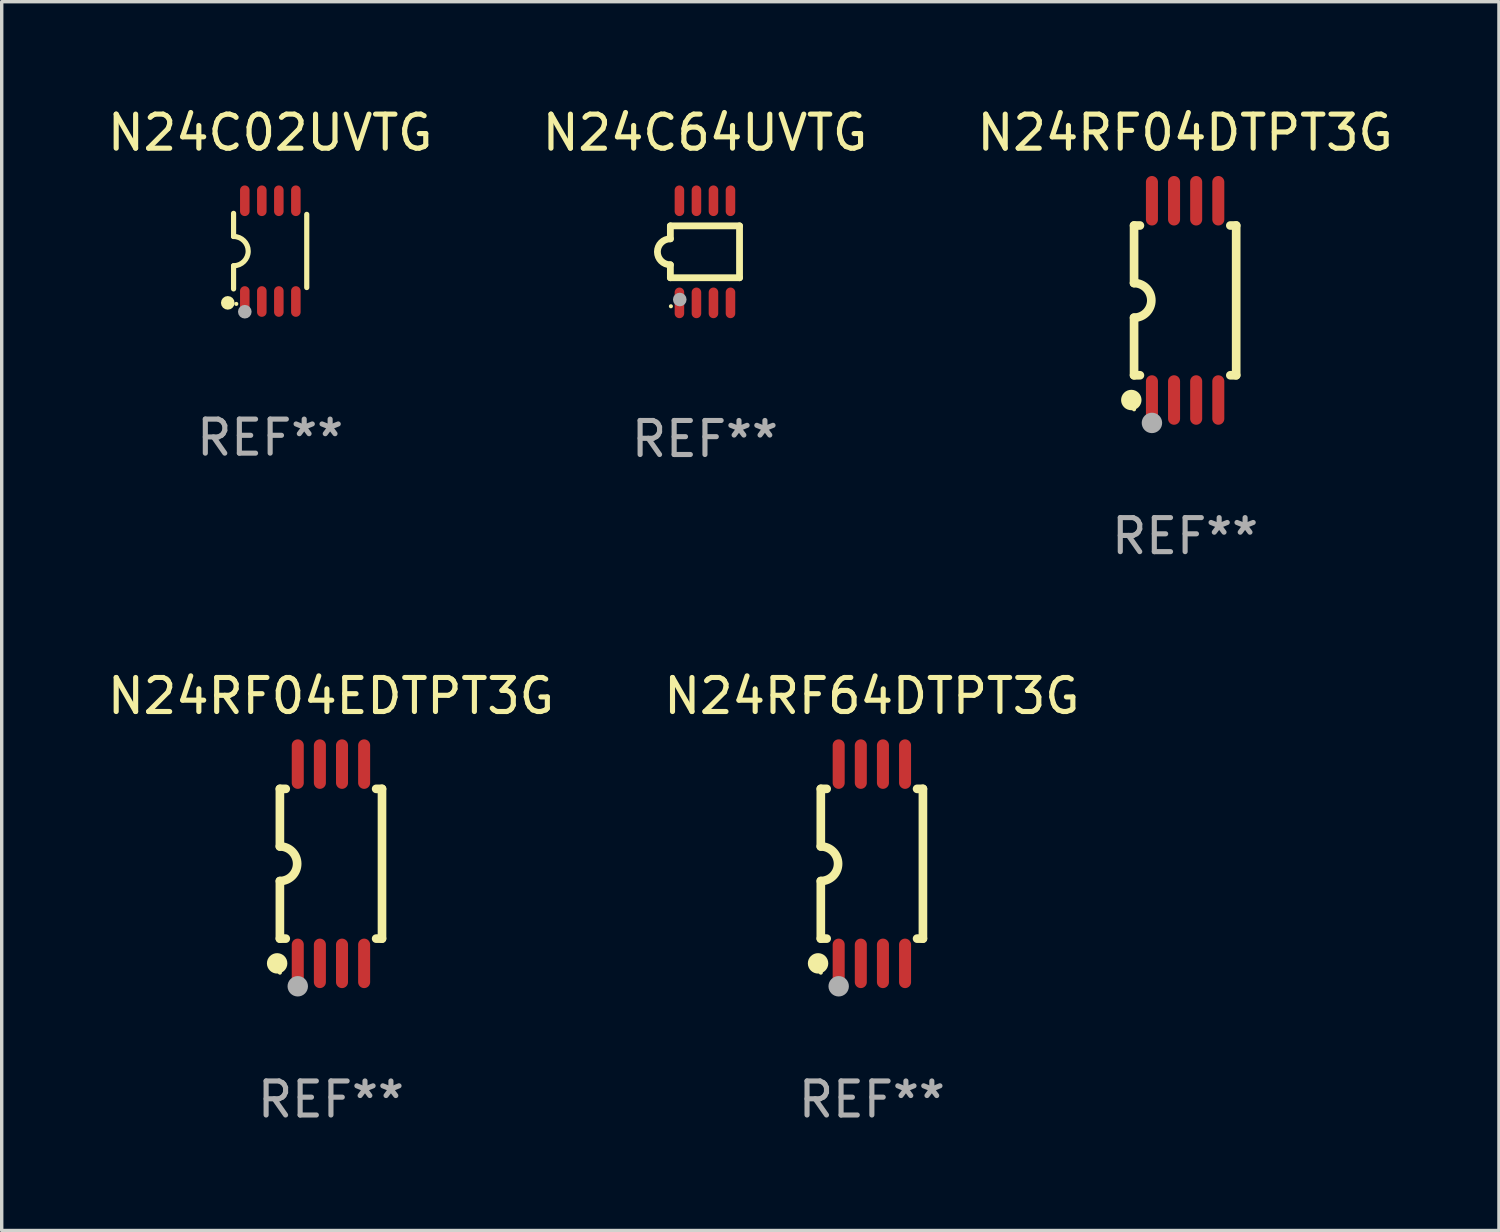
<source format=kicad_pcb>
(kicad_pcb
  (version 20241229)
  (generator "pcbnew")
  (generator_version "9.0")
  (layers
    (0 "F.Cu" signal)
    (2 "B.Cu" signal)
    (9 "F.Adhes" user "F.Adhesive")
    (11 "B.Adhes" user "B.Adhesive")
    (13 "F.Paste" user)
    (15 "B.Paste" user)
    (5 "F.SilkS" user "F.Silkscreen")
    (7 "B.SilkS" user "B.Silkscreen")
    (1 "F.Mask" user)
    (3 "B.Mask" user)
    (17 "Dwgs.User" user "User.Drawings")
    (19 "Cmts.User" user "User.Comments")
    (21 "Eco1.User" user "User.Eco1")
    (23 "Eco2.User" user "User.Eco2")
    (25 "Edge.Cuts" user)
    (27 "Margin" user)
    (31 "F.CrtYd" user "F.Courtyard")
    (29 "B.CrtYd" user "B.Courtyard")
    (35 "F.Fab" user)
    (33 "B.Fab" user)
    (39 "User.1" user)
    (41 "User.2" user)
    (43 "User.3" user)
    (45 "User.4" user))
  (footprint "N24RF64DTPT3G"
    (layer "F.Cu")
    (at 22.565 22.326)
    (property "Reference" "N24RF64DTPT3G" (at 0 -4.927 0) (layer "F.SilkS") (effects (font (size 1 1) (thickness 0.15))))
    (attr through_hole)
    (fp_line (start -1.5 -2.2) (end -1.5 -0.508) (stroke (width 0.254) (type solid)) (layer "F.SilkS"))
    (fp_line (start -1.5 -2.2) (end -1.328 -2.2) (stroke (width 0.254) (type solid)) (layer "F.SilkS"))
    (fp_line (start -1.5 2.2) (end -1.5 0.508) (stroke (width 0.254) (type solid)) (layer "F.SilkS"))
    (fp_line (start -1.5 2.2) (end -1.328 2.2) (stroke (width 0.254) (type solid)) (layer "F.SilkS"))
    (fp_line (start 1.328 -2.2) (end 1.5 -2.2) (stroke (width 0.254) (type solid)) (layer "F.SilkS"))
    (fp_line (start 1.328 2.2) (end 1.5 2.2) (stroke (width 0.254) (type solid)) (layer "F.SilkS"))
    (fp_line (start 1.5 -2.2) (end 1.5 2.2) (stroke (width 0.254) (type solid)) (layer "F.SilkS"))
    (fp_arc (start -1.501144 -0.508) (mid -0.993143 -0.000571) (end -1.5 0.508001) (stroke (width 0.254001) (type solid)) (layer "F.SilkS"))
    (fp_circle (center -1.581 2.927) (end -1.431 2.927) (stroke (width 0.3) (type solid)) (fill no) (layer "F.SilkS"))
    (fp_circle (center -1.5 3.2) (end -1.47 3.2) (stroke (width 0.06) (type solid)) (fill no) (layer "F.SilkS"))
    (fp_circle (center -0.975 3.6) (end -0.825 3.6) (stroke (width 0.3) (type solid)) (fill no) (layer "F.Fab"))
    (fp_text user "REF**" (at 0 6.927 0) (layer "F.Fab") (effects (font (size 1 1) (thickness 0.15))))
    (pad "1" smd oval (at -0.975 2.927) (size 0.353 1.454) (layers "F.Cu" "F.Mask" "F.Paste"))
    (pad "2" smd oval (at -0.325 2.927) (size 0.353 1.454) (layers "F.Cu" "F.Mask" "F.Paste"))
    (pad "3" smd oval (at 0.325 2.927) (size 0.353 1.454) (layers "F.Cu" "F.Mask" "F.Paste"))
    (pad "4" smd oval (at 0.975 2.927) (size 0.353 1.454) (layers "F.Cu" "F.Mask" "F.Paste"))
    (pad "5" smd oval (at 0.975 -2.927) (size 0.353 1.454) (layers "F.Cu" "F.Mask" "F.Paste"))
    (pad "6" smd oval (at 0.325 -2.927) (size 0.353 1.454) (layers "F.Cu" "F.Mask" "F.Paste"))
    (pad "7" smd oval (at -0.325 -2.927) (size 0.353 1.454) (layers "F.Cu" "F.Mask" "F.Paste"))
    (pad "8" smd oval (at -0.975 -2.927) (size 0.353 1.454) (layers "F.Cu" "F.Mask" "F.Paste")))
  (footprint "N24C02UVTG"
    (layer "F.Cu")
    (at 4.887 4.328)
    (property "Reference" "N24C02UVTG" (at 0 -3.48 0) (layer "F.SilkS") (effects (font (size 1 1) (thickness 0.15))))
    (attr through_hole)
    (fp_line (start -1.075 -1.11) (end -1.075 -0.43) (stroke (width 0.152) (type solid)) (layer "F.SilkS"))
    (fp_line (start -1.075 1.11) (end -1.075 0.43) (stroke (width 0.152) (type solid)) (layer "F.SilkS"))
    (fp_line (start 1.075 -1.08) (end 1.075 1.07) (stroke (width 0.152) (type solid)) (layer "F.SilkS"))
    (fp_arc (start -1.075272 -0.430531) (mid -0.645021 -0.000431) (end -1.074994 0.429947) (stroke (width 0.151994) (type solid)) (layer "F.SilkS"))
    (fp_circle (center -1.245 1.52) (end -1.145 1.52) (stroke (width 0.2) (type solid)) (fill no) (layer "F.SilkS"))
    (fp_circle (center -0.995 1.55) (end -0.965 1.55) (stroke (width 0.06) (type solid)) (fill no) (layer "F.SilkS"))
    (fp_circle (center -0.745 1.78) (end -0.645 1.78) (stroke (width 0.2) (type solid)) (fill no) (layer "F.Fab"))
    (fp_text user "REF**" (at 0 5.48 0) (layer "F.Fab") (effects (font (size 1 1) (thickness 0.15))))
    (pad "1" smd oval (at -0.745 1.48) (size 0.28 0.9) (layers "F.Cu" "F.Mask" "F.Paste"))
    (pad "2" smd oval (at -0.245 1.48) (size 0.28 0.9) (layers "F.Cu" "F.Mask" "F.Paste"))
    (pad "3" smd oval (at 0.255 1.48) (size 0.28 0.9) (layers "F.Cu" "F.Mask" "F.Paste"))
    (pad "4" smd oval (at 0.755 1.48) (size 0.28 0.9) (layers "F.Cu" "F.Mask" "F.Paste"))
    (pad "5" smd oval (at 0.755 -1.48) (size 0.28 0.9) (layers "F.Cu" "F.Mask" "F.Paste"))
    (pad "6" smd oval (at 0.255 -1.48) (size 0.28 0.9) (layers "F.Cu" "F.Mask" "F.Paste"))
    (pad "7" smd oval (at -0.245 -1.48) (size 0.28 0.9) (layers "F.Cu" "F.Mask" "F.Paste"))
    (pad "8" smd oval (at -0.745 -1.48) (size 0.28 0.9) (layers "F.Cu" "F.Mask" "F.Paste")))
  (footprint "N24RF04EDTPT3G"
    (layer "F.Cu")
    (at 6.673 22.326)
    (property "Reference" "N24RF04EDTPT3G" (at 0 -4.927 0) (layer "F.SilkS") (effects (font (size 1 1) (thickness 0.15))))
    (attr through_hole)
    (fp_line (start -1.5 -2.2) (end -1.5 -0.508) (stroke (width 0.254) (type solid)) (layer "F.SilkS"))
    (fp_line (start -1.5 -2.2) (end -1.328 -2.2) (stroke (width 0.254) (type solid)) (layer "F.SilkS"))
    (fp_line (start -1.5 2.2) (end -1.5 0.508) (stroke (width 0.254) (type solid)) (layer "F.SilkS"))
    (fp_line (start -1.5 2.2) (end -1.328 2.2) (stroke (width 0.254) (type solid)) (layer "F.SilkS"))
    (fp_line (start 1.328 -2.2) (end 1.5 -2.2) (stroke (width 0.254) (type solid)) (layer "F.SilkS"))
    (fp_line (start 1.328 2.2) (end 1.5 2.2) (stroke (width 0.254) (type solid)) (layer "F.SilkS"))
    (fp_line (start 1.5 -2.2) (end 1.5 2.2) (stroke (width 0.254) (type solid)) (layer "F.SilkS"))
    (fp_arc (start -1.501144 -0.508) (mid -0.993143 -0.000571) (end -1.5 0.508001) (stroke (width 0.254001) (type solid)) (layer "F.SilkS"))
    (fp_circle (center -1.581 2.927) (end -1.431 2.927) (stroke (width 0.3) (type solid)) (fill no) (layer "F.SilkS"))
    (fp_circle (center -1.5 3.2) (end -1.47 3.2) (stroke (width 0.06) (type solid)) (fill no) (layer "F.SilkS"))
    (fp_circle (center -0.975 3.6) (end -0.825 3.6) (stroke (width 0.3) (type solid)) (fill no) (layer "F.Fab"))
    (fp_text user "REF**" (at 0 6.927 0) (layer "F.Fab") (effects (font (size 1 1) (thickness 0.15))))
    (pad "1" smd oval (at -0.975 2.927) (size 0.353 1.454) (layers "F.Cu" "F.Mask" "F.Paste"))
    (pad "2" smd oval (at -0.325 2.927) (size 0.353 1.454) (layers "F.Cu" "F.Mask" "F.Paste"))
    (pad "3" smd oval (at 0.325 2.927) (size 0.353 1.454) (layers "F.Cu" "F.Mask" "F.Paste"))
    (pad "4" smd oval (at 0.975 2.927) (size 0.353 1.454) (layers "F.Cu" "F.Mask" "F.Paste"))
    (pad "5" smd oval (at 0.975 -2.927) (size 0.353 1.454) (layers "F.Cu" "F.Mask" "F.Paste"))
    (pad "6" smd oval (at 0.325 -2.927) (size 0.353 1.454) (layers "F.Cu" "F.Mask" "F.Paste"))
    (pad "7" smd oval (at -0.325 -2.927) (size 0.353 1.454) (layers "F.Cu" "F.Mask" "F.Paste"))
    (pad "8" smd oval (at -0.975 -2.927) (size 0.353 1.454) (layers "F.Cu" "F.Mask" "F.Paste")))
  (footprint "N24RF04DTPT3G"
    (layer "F.Cu")
    (at 31.768 5.775)
    (property "Reference" "N24RF04DTPT3G" (at 0 -4.927 0) (layer "F.SilkS") (effects (font (size 1 1) (thickness 0.15))))
    (attr through_hole)
    (fp_line (start -1.5 -2.2) (end -1.5 -0.508) (stroke (width 0.254) (type solid)) (layer "F.SilkS"))
    (fp_line (start -1.5 -2.2) (end -1.328 -2.2) (stroke (width 0.254) (type solid)) (layer "F.SilkS"))
    (fp_line (start -1.5 2.2) (end -1.5 0.508) (stroke (width 0.254) (type solid)) (layer "F.SilkS"))
    (fp_line (start -1.5 2.2) (end -1.328 2.2) (stroke (width 0.254) (type solid)) (layer "F.SilkS"))
    (fp_line (start 1.328 -2.2) (end 1.5 -2.2) (stroke (width 0.254) (type solid)) (layer "F.SilkS"))
    (fp_line (start 1.328 2.2) (end 1.5 2.2) (stroke (width 0.254) (type solid)) (layer "F.SilkS"))
    (fp_line (start 1.5 -2.2) (end 1.5 2.2) (stroke (width 0.254) (type solid)) (layer "F.SilkS"))
    (fp_arc (start -1.501144 -0.508) (mid -0.993143 -0.000571) (end -1.5 0.508001) (stroke (width 0.254001) (type solid)) (layer "F.SilkS"))
    (fp_circle (center -1.581 2.927) (end -1.431 2.927) (stroke (width 0.3) (type solid)) (fill no) (layer "F.SilkS"))
    (fp_circle (center -1.5 3.2) (end -1.47 3.2) (stroke (width 0.06) (type solid)) (fill no) (layer "F.SilkS"))
    (fp_circle (center -0.975 3.6) (end -0.825 3.6) (stroke (width 0.3) (type solid)) (fill no) (layer "F.Fab"))
    (fp_text user "REF**" (at 0 6.927 0) (layer "F.Fab") (effects (font (size 1 1) (thickness 0.15))))
    (pad "1" smd oval (at -0.975 2.927) (size 0.353 1.454) (layers "F.Cu" "F.Mask" "F.Paste"))
    (pad "2" smd oval (at -0.325 2.927) (size 0.353 1.454) (layers "F.Cu" "F.Mask" "F.Paste"))
    (pad "3" smd oval (at 0.325 2.927) (size 0.353 1.454) (layers "F.Cu" "F.Mask" "F.Paste"))
    (pad "4" smd oval (at 0.975 2.927) (size 0.353 1.454) (layers "F.Cu" "F.Mask" "F.Paste"))
    (pad "5" smd oval (at 0.975 -2.927) (size 0.353 1.454) (layers "F.Cu" "F.Mask" "F.Paste"))
    (pad "6" smd oval (at 0.325 -2.927) (size 0.353 1.454) (layers "F.Cu" "F.Mask" "F.Paste"))
    (pad "7" smd oval (at -0.325 -2.927) (size 0.353 1.454) (layers "F.Cu" "F.Mask" "F.Paste"))
    (pad "8" smd oval (at -0.975 -2.927) (size 0.353 1.454) (layers "F.Cu" "F.Mask" "F.Paste")))
  (footprint "N24C64UVTG"
    (layer "F.Cu")
    (at 17.661 4.348)
    (property "Reference" "N24C64UVTG" (at 0 -3.5 0) (layer "F.SilkS") (effects (font (size 1 1) (thickness 0.15))))
    (attr through_hole)
    (fp_line (start -1.016 -0.762) (end 1.016 -0.762) (stroke (width 0.2) (type solid)) (layer "F.SilkS"))
    (fp_line (start -1.016 -0.381) (end -1.016 -0.762) (stroke (width 0.2) (type solid)) (layer "F.SilkS"))
    (fp_line (start -1.016 0.762) (end -1.016 0.381) (stroke (width 0.2) (type solid)) (layer "F.SilkS"))
    (fp_line (start 1.016 -0.762) (end 1.016 0.762) (stroke (width 0.2) (type solid)) (layer "F.SilkS"))
    (fp_line (start 1.016 0.762) (end -1.016 0.762) (stroke (width 0.2) (type solid)) (layer "F.SilkS"))
    (fp_arc (start -1.016002 0.381001) (mid -1.396698 -0.000025) (end -1.016002 -0.381051) (stroke (width 0.2) (type solid)) (layer "F.SilkS"))
    (fp_circle (center -1 1.6) (end -0.97 1.6) (stroke (width 0.06) (type solid)) (fill no) (layer "F.SilkS"))
    (fp_circle (center -0.74 1.402) (end -0.64 1.402) (stroke (width 0.2) (type solid)) (fill no) (layer "F.Fab"))
    (fp_text user "REF**" (at 0 5.5 0) (layer "F.Fab") (effects (font (size 1 1) (thickness 0.15))))
    (pad "1" smd oval (at -0.75 1.5) (size 0.28 0.9) (layers "F.Cu" "F.Mask" "F.Paste"))
    (pad "2" smd oval (at -0.25 1.5) (size 0.28 0.9) (layers "F.Cu" "F.Mask" "F.Paste"))
    (pad "3" smd oval (at 0.25 1.5) (size 0.28 0.9) (layers "F.Cu" "F.Mask" "F.Paste"))
    (pad "4" smd oval (at 0.75 1.5) (size 0.28 0.9) (layers "F.Cu" "F.Mask" "F.Paste"))
    (pad "5" smd oval (at 0.75 -1.5) (size 0.28 0.9) (layers "F.Cu" "F.Mask" "F.Paste"))
    (pad "6" smd oval (at 0.25 -1.5) (size 0.28 0.9) (layers "F.Cu" "F.Mask" "F.Paste"))
    (pad "7" smd oval (at -0.25 -1.5) (size 0.28 0.9) (layers "F.Cu" "F.Mask" "F.Paste"))
    (pad "8" smd oval (at -0.75 -1.5) (size 0.28 0.9) (layers "F.Cu" "F.Mask" "F.Paste")))
  (gr_rect
    (start -3 -3)
    (end 40.988 33.101)
    (stroke (width 0.1) (type default))
    (fill no)
    (layer "Edge.Cuts")))
</source>
